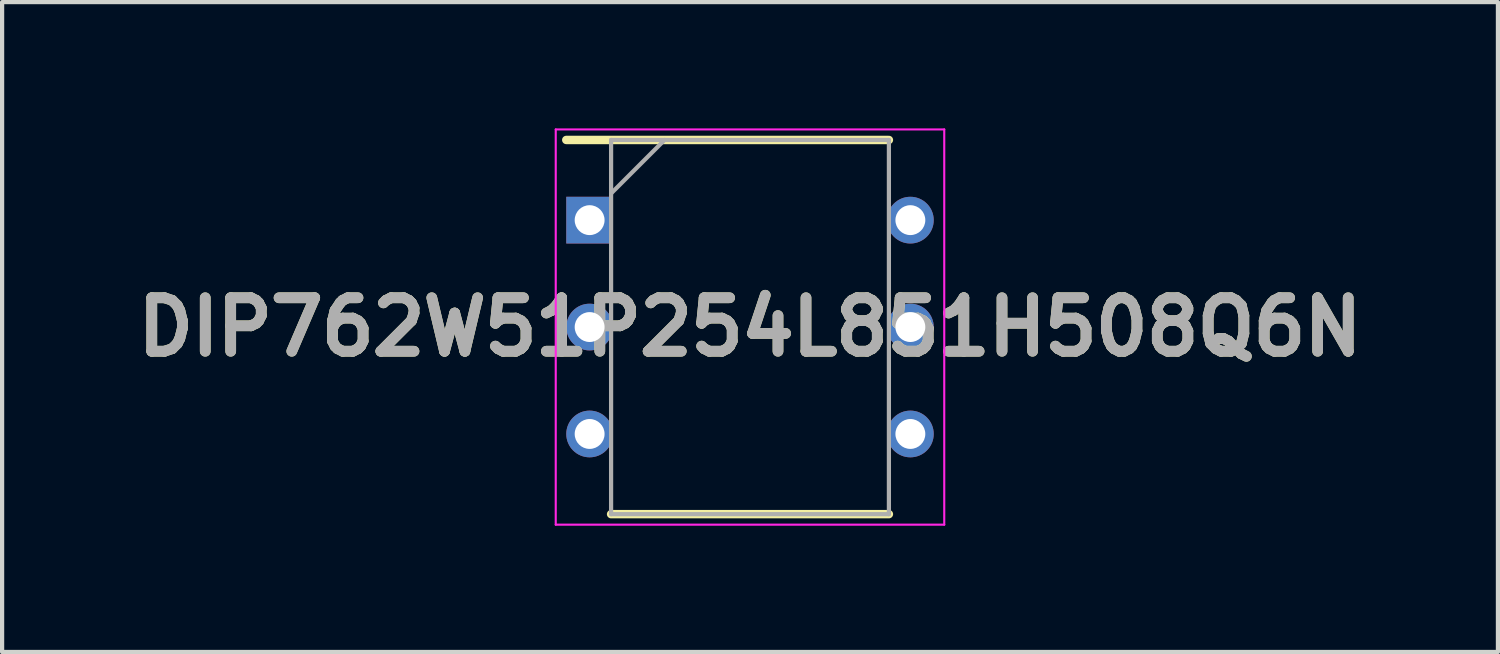
<source format=kicad_pcb>
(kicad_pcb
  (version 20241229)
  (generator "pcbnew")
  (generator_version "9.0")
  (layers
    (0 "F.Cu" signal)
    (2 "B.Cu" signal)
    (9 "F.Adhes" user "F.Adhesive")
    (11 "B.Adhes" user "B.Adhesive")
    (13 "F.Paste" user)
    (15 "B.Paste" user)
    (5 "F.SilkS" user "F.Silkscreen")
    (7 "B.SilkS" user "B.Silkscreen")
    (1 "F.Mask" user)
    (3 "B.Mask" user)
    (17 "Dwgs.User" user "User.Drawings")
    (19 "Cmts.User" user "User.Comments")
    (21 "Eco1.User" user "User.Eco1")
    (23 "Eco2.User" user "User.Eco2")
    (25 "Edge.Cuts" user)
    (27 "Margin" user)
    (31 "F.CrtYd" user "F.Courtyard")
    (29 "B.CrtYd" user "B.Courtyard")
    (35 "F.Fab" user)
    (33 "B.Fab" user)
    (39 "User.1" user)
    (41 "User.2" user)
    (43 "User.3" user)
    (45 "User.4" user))
  (footprint "DIP762W51P254L851H508Q6N"
    (layer "F.Cu")
    (at 14.768 4.72)
    (property "Reference" "DIP762W51P254L851H508Q6N" (at 0 0 0) (layer "F.SilkS") (effects (font (size 1.27 1.27) (thickness 0.254))))
    (attr through_hole)
    (fp_line (start -4.365 -4.445) (end 3.3 -4.445) (stroke (width 0.2) (type solid)) (layer "F.SilkS"))
    (fp_line (start -3.3 4.445) (end 3.3 4.445) (stroke (width 0.2) (type solid)) (layer "F.SilkS"))
    (fp_line (start -4.615 -4.695) (end 4.615 -4.695) (stroke (width 0.05) (type solid)) (layer "F.CrtYd"))
    (fp_line (start -4.615 4.695) (end -4.615 -4.695) (stroke (width 0.05) (type solid)) (layer "F.CrtYd"))
    (fp_line (start 4.615 -4.695) (end 4.615 4.695) (stroke (width 0.05) (type solid)) (layer "F.CrtYd"))
    (fp_line (start 4.615 4.695) (end -4.615 4.695) (stroke (width 0.05) (type solid)) (layer "F.CrtYd"))
    (fp_line (start -3.3 -4.445) (end 3.3 -4.445) (stroke (width 0.1) (type solid)) (layer "F.Fab"))
    (fp_line (start -3.3 -3.175) (end -2.03 -4.445) (stroke (width 0.1) (type solid)) (layer "F.Fab"))
    (fp_line (start -3.3 4.445) (end -3.3 -4.445) (stroke (width 0.1) (type solid)) (layer "F.Fab"))
    (fp_line (start 3.3 -4.445) (end 3.3 4.445) (stroke (width 0.1) (type solid)) (layer "F.Fab"))
    (fp_line (start 3.3 4.445) (end -3.3 4.445) (stroke (width 0.1) (type solid)) (layer "F.Fab"))
    (fp_text user "${REFERENCE}" (at 0 0 0) (layer "F.Fab") (effects (font (size 1.27 1.27) (thickness 0.254))))
    (pad "1" thru_hole rect (at -3.81 -2.54) (size 1.11 1.11) (drill 0.71) (layers "*.Cu" "*.Mask"))
    (pad "2" thru_hole circle (at -3.81 0) (size 1.11 1.11) (drill 0.71) (layers "*.Cu" "*.Mask"))
    (pad "3" thru_hole circle (at -3.81 2.54) (size 1.11 1.11) (drill 0.71) (layers "*.Cu" "*.Mask"))
    (pad "4" thru_hole circle (at 3.81 2.54) (size 1.11 1.11) (drill 0.71) (layers "*.Cu" "*.Mask"))
    (pad "5" thru_hole circle (at 3.81 0) (size 1.11 1.11) (drill 0.71) (layers "*.Cu" "*.Mask"))
    (pad "6" thru_hole circle (at 3.81 -2.54) (size 1.11 1.11) (drill 0.71) (layers "*.Cu" "*.Mask")))
  (gr_rect
    (start -3 -3)
    (end 32.537 12.44)
    (stroke (width 0.1) (type default))
    (fill no)
    (layer "Edge.Cuts")))
</source>
